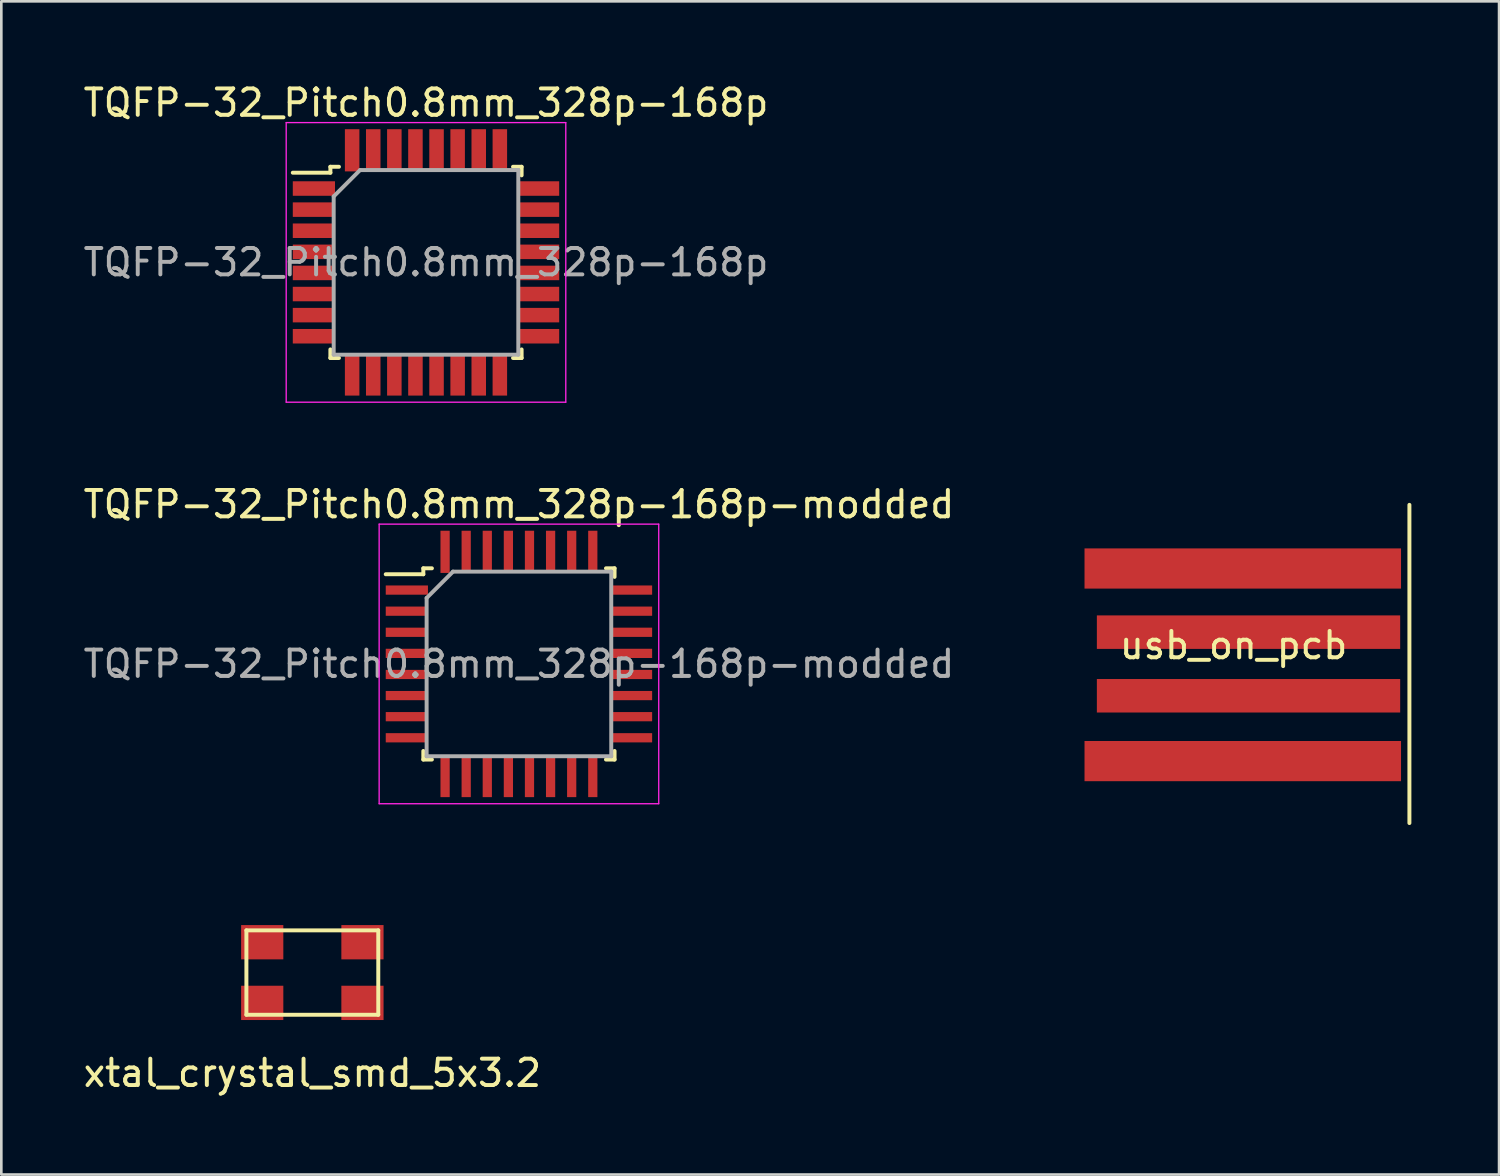
<source format=kicad_pcb>
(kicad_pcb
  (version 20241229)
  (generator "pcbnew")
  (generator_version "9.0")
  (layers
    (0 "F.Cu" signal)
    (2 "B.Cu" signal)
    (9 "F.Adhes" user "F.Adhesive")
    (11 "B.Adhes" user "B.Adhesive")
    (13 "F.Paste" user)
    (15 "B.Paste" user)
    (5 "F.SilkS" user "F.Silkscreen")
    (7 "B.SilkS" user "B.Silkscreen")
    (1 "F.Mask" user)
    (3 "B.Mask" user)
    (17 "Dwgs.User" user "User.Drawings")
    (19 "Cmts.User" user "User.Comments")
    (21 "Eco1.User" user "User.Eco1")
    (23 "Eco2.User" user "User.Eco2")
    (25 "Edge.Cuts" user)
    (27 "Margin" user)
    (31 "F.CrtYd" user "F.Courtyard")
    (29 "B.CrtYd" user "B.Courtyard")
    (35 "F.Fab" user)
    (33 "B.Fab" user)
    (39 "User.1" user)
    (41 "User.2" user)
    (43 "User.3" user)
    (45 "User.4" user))
  (footprint "xtal_crystal_smd_5x3.2"
    (layer "F.Cu")
    (at 8.792 33.823)
    (property "Reference" "xtal_crystal_smd_5x3.2" (at 0 3.81 0) (layer "F.SilkS") (effects (font (size 1 1) (thickness 0.15))))
    (attr through_hole)
    (fp_line (start -2.5 -1.6) (end -2.5 1.6) (stroke (width 0.15) (type solid)) (layer "F.SilkS"))
    (fp_line (start -2.5 -1.6) (end 2.5 -1.6) (stroke (width 0.15) (type solid)) (layer "F.SilkS"))
    (fp_line (start -2.5 1.6) (end 2.5 1.6) (stroke (width 0.15) (type solid)) (layer "F.SilkS"))
    (fp_line (start 2.5 -1.6) (end 2.5 1.6) (stroke (width 0.15) (type solid)) (layer "F.SilkS"))
    (pad "1" smd rect (at -1.9 1.15) (size 1.6 1.3) (layers "F.Cu" "F.Mask" "F.Paste"))
    (pad "2" smd rect (at 1.9 -1.15) (size 1.6 1.3) (layers "F.Cu" "F.Mask" "F.Paste"))
    (pad "3" smd rect (at -1.9 -1.15) (size 1.6 1.3) (layers "F.Cu" "F.Mask" "F.Paste"))
    (pad "3" smd rect (at 1.9 1.15) (size 1.6 1.3) (layers "F.Cu" "F.Mask" "F.Paste")))
  (footprint "usb_on_pcb"
    (layer "F.Cu")
    (at 43.718 22.123)
    (property "Reference" "usb_on_pcb" (at 0 -0.707 0) (layer "F.SilkS") (effects (font (size 1 1) (thickness 0.15))))
    (attr through_hole)
    (fp_line (start 6.668 6.032) (end 6.668 -6.032) (stroke (width 0.15) (type solid)) (layer "F.SilkS"))
    (fp_line (start -7.067 6.4) (end -7.067 -6.4) (stroke (width 0.8) (type solid)) (layer "Eco1.User"))
    (fp_line (start 6.668 -6.5) (end -7.049 -6.5) (stroke (width 0.8) (type solid)) (layer "Eco1.User"))
    (fp_line (start 6.668 6.5) (end -7.049 6.5) (stroke (width 0.8) (type solid)) (layer "Eco1.User"))
    (pad "1" smd rect (at 0 -3.619) (size 12 1.524) (drill (offset 0.35 0)) (layers "F.Cu" "F.Mask" "F.Paste"))
    (pad "2" smd rect (at 0.318 -1.206) (size 11.5 1.27) (drill (offset 0.25 0)) (layers "F.Cu" "F.Mask" "F.Paste"))
    (pad "3" smd rect (at 0.318 1.206) (size 11.5 1.27) (drill (offset 0.25 0)) (layers "F.Cu" "F.Mask" "F.Paste"))
    (pad "4" smd rect (at 0 3.683) (size 12 1.524) (drill (offset 0.35 0)) (layers "F.Cu" "F.Mask" "F.Paste")))
  (footprint "TQFP-32_Pitch0.8mm_328p-168p"
    (layer "F.Cu")
    (at 13.101 6.898)
    (property "Reference" "TQFP-32_Pitch0.8mm_328p-168p" (at 0 -6.05 0) (layer "F.SilkS") (effects (font (size 1 1) (thickness 0.15))))
    (attr smd)
    (fp_line (start -3.625 -3.625) (end -3.625 -3.4) (stroke (width 0.15) (type solid)) (layer "F.SilkS"))
    (fp_line (start -3.625 -3.625) (end -3.3 -3.625) (stroke (width 0.15) (type solid)) (layer "F.SilkS"))
    (fp_line (start -3.625 -3.4) (end -5.05 -3.4) (stroke (width 0.15) (type solid)) (layer "F.SilkS"))
    (fp_line (start -3.625 3.625) (end -3.625 3.3) (stroke (width 0.15) (type solid)) (layer "F.SilkS"))
    (fp_line (start -3.625 3.625) (end -3.3 3.625) (stroke (width 0.15) (type solid)) (layer "F.SilkS"))
    (fp_line (start 3.625 -3.625) (end 3.3 -3.625) (stroke (width 0.15) (type solid)) (layer "F.SilkS"))
    (fp_line (start 3.625 -3.625) (end 3.625 -3.3) (stroke (width 0.15) (type solid)) (layer "F.SilkS"))
    (fp_line (start 3.625 3.625) (end 3.3 3.625) (stroke (width 0.15) (type solid)) (layer "F.SilkS"))
    (fp_line (start 3.625 3.625) (end 3.625 3.3) (stroke (width 0.15) (type solid)) (layer "F.SilkS"))
    (fp_line (start -5.3 -5.3) (end -5.3 5.3) (stroke (width 0.05) (type solid)) (layer "F.CrtYd"))
    (fp_line (start -5.3 -5.3) (end 5.3 -5.3) (stroke (width 0.05) (type solid)) (layer "F.CrtYd"))
    (fp_line (start -5.3 5.3) (end 5.3 5.3) (stroke (width 0.05) (type solid)) (layer "F.CrtYd"))
    (fp_line (start 5.3 -5.3) (end 5.3 5.3) (stroke (width 0.05) (type solid)) (layer "F.CrtYd"))
    (fp_line (start -3.5 -2.5) (end -2.5 -3.5) (stroke (width 0.15) (type solid)) (layer "F.Fab"))
    (fp_line (start -3.5 3.5) (end -3.5 -2.5) (stroke (width 0.15) (type solid)) (layer "F.Fab"))
    (fp_line (start -2.5 -3.5) (end 3.5 -3.5) (stroke (width 0.15) (type solid)) (layer "F.Fab"))
    (fp_line (start 3.5 -3.5) (end 3.5 3.5) (stroke (width 0.15) (type solid)) (layer "F.Fab"))
    (fp_line (start 3.5 3.5) (end -3.5 3.5) (stroke (width 0.15) (type solid)) (layer "F.Fab"))
    (fp_text user "${REFERENCE}" (at 0 0 0) (layer "F.Fab") (effects (font (size 1 1) (thickness 0.15))))
    (pad "1" smd rect (at -4.25 -2.8) (size 1.6 0.55) (layers "F.Cu" "F.Mask" "F.Paste"))
    (pad "2" smd rect (at -4.25 -2) (size 1.6 0.55) (layers "F.Cu" "F.Mask" "F.Paste"))
    (pad "3" smd rect (at -4.25 -1.2) (size 1.6 0.55) (layers "F.Cu" "F.Mask" "F.Paste"))
    (pad "4" smd rect (at -4.25 -0.4) (size 1.6 0.55) (layers "F.Cu" "F.Mask" "F.Paste"))
    (pad "5" smd rect (at -4.25 0.4) (size 1.6 0.55) (layers "F.Cu" "F.Mask" "F.Paste"))
    (pad "6" smd rect (at -4.25 1.2) (size 1.6 0.55) (layers "F.Cu" "F.Mask" "F.Paste"))
    (pad "7" smd rect (at -4.25 2) (size 1.6 0.55) (layers "F.Cu" "F.Mask" "F.Paste"))
    (pad "8" smd rect (at -4.25 2.8) (size 1.6 0.55) (layers "F.Cu" "F.Mask" "F.Paste"))
    (pad "9" smd rect (at -2.8 4.25 90) (size 1.6 0.55) (layers "F.Cu" "F.Mask" "F.Paste"))
    (pad "10" smd rect (at -2 4.25 90) (size 1.6 0.55) (layers "F.Cu" "F.Mask" "F.Paste"))
    (pad "11" smd rect (at -1.2 4.25 90) (size 1.6 0.55) (layers "F.Cu" "F.Mask" "F.Paste"))
    (pad "12" smd rect (at -0.4 4.25 90) (size 1.6 0.55) (layers "F.Cu" "F.Mask" "F.Paste"))
    (pad "13" smd rect (at 0.4 4.25 90) (size 1.6 0.55) (layers "F.Cu" "F.Mask" "F.Paste"))
    (pad "14" smd rect (at 1.2 4.25 90) (size 1.6 0.55) (layers "F.Cu" "F.Mask" "F.Paste"))
    (pad "15" smd rect (at 2 4.25 90) (size 1.6 0.55) (layers "F.Cu" "F.Mask" "F.Paste"))
    (pad "16" smd rect (at 2.8 4.25 90) (size 1.6 0.55) (layers "F.Cu" "F.Mask" "F.Paste"))
    (pad "17" smd rect (at 4.25 2.8) (size 1.6 0.55) (layers "F.Cu" "F.Mask" "F.Paste"))
    (pad "18" smd rect (at 4.25 2) (size 1.6 0.55) (layers "F.Cu" "F.Mask" "F.Paste"))
    (pad "19" smd rect (at 4.25 1.2) (size 1.6 0.55) (layers "F.Cu" "F.Mask" "F.Paste"))
    (pad "20" smd rect (at 4.25 0.4) (size 1.6 0.55) (layers "F.Cu" "F.Mask" "F.Paste"))
    (pad "21" smd rect (at 4.25 -0.4) (size 1.6 0.55) (layers "F.Cu" "F.Mask" "F.Paste"))
    (pad "22" smd rect (at 4.25 -1.2) (size 1.6 0.55) (layers "F.Cu" "F.Mask" "F.Paste"))
    (pad "23" smd rect (at 4.25 -2) (size 1.6 0.55) (layers "F.Cu" "F.Mask" "F.Paste"))
    (pad "24" smd rect (at 4.25 -2.8) (size 1.6 0.55) (layers "F.Cu" "F.Mask" "F.Paste"))
    (pad "25" smd rect (at 2.8 -4.25 90) (size 1.6 0.55) (layers "F.Cu" "F.Mask" "F.Paste"))
    (pad "26" smd rect (at 2 -4.25 90) (size 1.6 0.55) (layers "F.Cu" "F.Mask" "F.Paste"))
    (pad "27" smd rect (at 1.2 -4.25 90) (size 1.6 0.55) (layers "F.Cu" "F.Mask" "F.Paste"))
    (pad "28" smd rect (at 0.4 -4.25 90) (size 1.6 0.55) (layers "F.Cu" "F.Mask" "F.Paste"))
    (pad "29" smd rect (at -0.4 -4.25 90) (size 1.6 0.55) (layers "F.Cu" "F.Mask" "F.Paste"))
    (pad "30" smd rect (at -1.2 -4.25 90) (size 1.6 0.55) (layers "F.Cu" "F.Mask" "F.Paste"))
    (pad "31" smd rect (at -2 -4.25 90) (size 1.6 0.55) (layers "F.Cu" "F.Mask" "F.Paste"))
    (pad "32" smd rect (at -2.8 -4.25 90) (size 1.6 0.55) (layers "F.Cu" "F.Mask" "F.Paste")))
  (footprint "TQFP-32_Pitch0.8mm_328p-168p-modded"
    (layer "F.Cu")
    (at 16.625 22.122)
    (property "Reference" "TQFP-32_Pitch0.8mm_328p-168p-modded" (at 0 -6.05 0) (layer "F.SilkS") (effects (font (size 1 1) (thickness 0.15))))
    (attr smd)
    (fp_line (start -3.625 -3.625) (end -3.625 -3.4) (stroke (width 0.15) (type solid)) (layer "F.SilkS"))
    (fp_line (start -3.625 -3.625) (end -3.3 -3.625) (stroke (width 0.15) (type solid)) (layer "F.SilkS"))
    (fp_line (start -3.625 -3.4) (end -5.05 -3.4) (stroke (width 0.15) (type solid)) (layer "F.SilkS"))
    (fp_line (start -3.625 3.625) (end -3.625 3.3) (stroke (width 0.15) (type solid)) (layer "F.SilkS"))
    (fp_line (start -3.625 3.625) (end -3.3 3.625) (stroke (width 0.15) (type solid)) (layer "F.SilkS"))
    (fp_line (start 3.625 -3.625) (end 3.3 -3.625) (stroke (width 0.15) (type solid)) (layer "F.SilkS"))
    (fp_line (start 3.625 -3.625) (end 3.625 -3.3) (stroke (width 0.15) (type solid)) (layer "F.SilkS"))
    (fp_line (start 3.625 3.625) (end 3.3 3.625) (stroke (width 0.15) (type solid)) (layer "F.SilkS"))
    (fp_line (start 3.625 3.625) (end 3.625 3.3) (stroke (width 0.15) (type solid)) (layer "F.SilkS"))
    (fp_line (start -5.3 -5.3) (end -5.3 5.3) (stroke (width 0.05) (type solid)) (layer "F.CrtYd"))
    (fp_line (start -5.3 -5.3) (end 5.3 -5.3) (stroke (width 0.05) (type solid)) (layer "F.CrtYd"))
    (fp_line (start -5.3 5.3) (end 5.3 5.3) (stroke (width 0.05) (type solid)) (layer "F.CrtYd"))
    (fp_line (start 5.3 -5.3) (end 5.3 5.3) (stroke (width 0.05) (type solid)) (layer "F.CrtYd"))
    (fp_line (start -3.5 -2.5) (end -2.5 -3.5) (stroke (width 0.15) (type solid)) (layer "F.Fab"))
    (fp_line (start -3.5 3.5) (end -3.5 -2.5) (stroke (width 0.15) (type solid)) (layer "F.Fab"))
    (fp_line (start -2.5 -3.5) (end 3.5 -3.5) (stroke (width 0.15) (type solid)) (layer "F.Fab"))
    (fp_line (start 3.5 -3.5) (end 3.5 3.5) (stroke (width 0.15) (type solid)) (layer "F.Fab"))
    (fp_line (start 3.5 3.5) (end -3.5 3.5) (stroke (width 0.15) (type solid)) (layer "F.Fab"))
    (fp_text user "${REFERENCE}" (at 0 0 0) (layer "F.Fab") (effects (font (size 1 1) (thickness 0.15))))
    (pad "1" smd rect (at -4.25 -2.8) (size 1.6 0.35) (layers "F.Cu" "F.Mask" "F.Paste"))
    (pad "2" smd rect (at -4.25 -2) (size 1.6 0.35) (layers "F.Cu" "F.Mask" "F.Paste"))
    (pad "3" smd rect (at -4.25 -1.2) (size 1.6 0.35) (layers "F.Cu" "F.Mask" "F.Paste"))
    (pad "4" smd rect (at -4.25 -0.4) (size 1.6 0.35) (layers "F.Cu" "F.Mask" "F.Paste"))
    (pad "5" smd rect (at -4.25 0.4) (size 1.6 0.35) (layers "F.Cu" "F.Mask" "F.Paste"))
    (pad "6" smd rect (at -4.25 1.2) (size 1.6 0.35) (layers "F.Cu" "F.Mask" "F.Paste"))
    (pad "7" smd rect (at -4.25 2) (size 1.6 0.35) (layers "F.Cu" "F.Mask" "F.Paste"))
    (pad "8" smd rect (at -4.25 2.8) (size 1.6 0.35) (layers "F.Cu" "F.Mask" "F.Paste"))
    (pad "9" smd rect (at -2.8 4.25 90) (size 1.6 0.35) (layers "F.Cu" "F.Mask" "F.Paste"))
    (pad "10" smd rect (at -2 4.25 90) (size 1.6 0.35) (layers "F.Cu" "F.Mask" "F.Paste"))
    (pad "11" smd rect (at -1.2 4.25 90) (size 1.6 0.35) (layers "F.Cu" "F.Mask" "F.Paste"))
    (pad "12" smd rect (at -0.4 4.25 90) (size 1.6 0.35) (layers "F.Cu" "F.Mask" "F.Paste"))
    (pad "13" smd rect (at 0.4 4.25 90) (size 1.6 0.35) (layers "F.Cu" "F.Mask" "F.Paste"))
    (pad "14" smd rect (at 1.2 4.25 90) (size 1.6 0.35) (layers "F.Cu" "F.Mask" "F.Paste"))
    (pad "15" smd rect (at 2 4.25 90) (size 1.6 0.35) (layers "F.Cu" "F.Mask" "F.Paste"))
    (pad "16" smd rect (at 2.8 4.25 90) (size 1.6 0.35) (layers "F.Cu" "F.Mask" "F.Paste"))
    (pad "17" smd rect (at 4.25 2.8) (size 1.6 0.35) (layers "F.Cu" "F.Mask" "F.Paste"))
    (pad "18" smd rect (at 4.25 2) (size 1.6 0.35) (layers "F.Cu" "F.Mask" "F.Paste"))
    (pad "19" smd rect (at 4.25 1.2) (size 1.6 0.35) (layers "F.Cu" "F.Mask" "F.Paste"))
    (pad "20" smd rect (at 4.25 0.4) (size 1.6 0.35) (layers "F.Cu" "F.Mask" "F.Paste"))
    (pad "21" smd rect (at 4.25 -0.4) (size 1.6 0.35) (layers "F.Cu" "F.Mask" "F.Paste"))
    (pad "22" smd rect (at 4.25 -1.2) (size 1.6 0.35) (layers "F.Cu" "F.Mask" "F.Paste"))
    (pad "23" smd rect (at 4.25 -2) (size 1.6 0.35) (layers "F.Cu" "F.Mask" "F.Paste"))
    (pad "24" smd rect (at 4.25 -2.8) (size 1.6 0.35) (layers "F.Cu" "F.Mask" "F.Paste"))
    (pad "25" smd rect (at 2.8 -4.25 90) (size 1.6 0.35) (layers "F.Cu" "F.Mask" "F.Paste"))
    (pad "26" smd rect (at 2 -4.25 90) (size 1.6 0.35) (layers "F.Cu" "F.Mask" "F.Paste"))
    (pad "27" smd rect (at 1.2 -4.25 90) (size 1.6 0.35) (layers "F.Cu" "F.Mask" "F.Paste"))
    (pad "28" smd rect (at 0.4 -4.25 90) (size 1.6 0.35) (layers "F.Cu" "F.Mask" "F.Paste"))
    (pad "29" smd rect (at -0.4 -4.25 90) (size 1.6 0.35) (layers "F.Cu" "F.Mask" "F.Paste"))
    (pad "30" smd rect (at -1.2 -4.25 90) (size 1.6 0.35) (layers "F.Cu" "F.Mask" "F.Paste"))
    (pad "31" smd rect (at -2 -4.25 90) (size 1.6 0.35) (layers "F.Cu" "F.Mask" "F.Paste"))
    (pad "32" smd rect (at -2.8 -4.25 90) (size 1.6 0.35) (layers "F.Cu" "F.Mask" "F.Paste")))
  (gr_rect
    (start -3 -3)
    (end 53.785 41.481)
    (stroke (width 0.1) (type default))
    (fill no)
    (layer "Edge.Cuts")))
</source>
